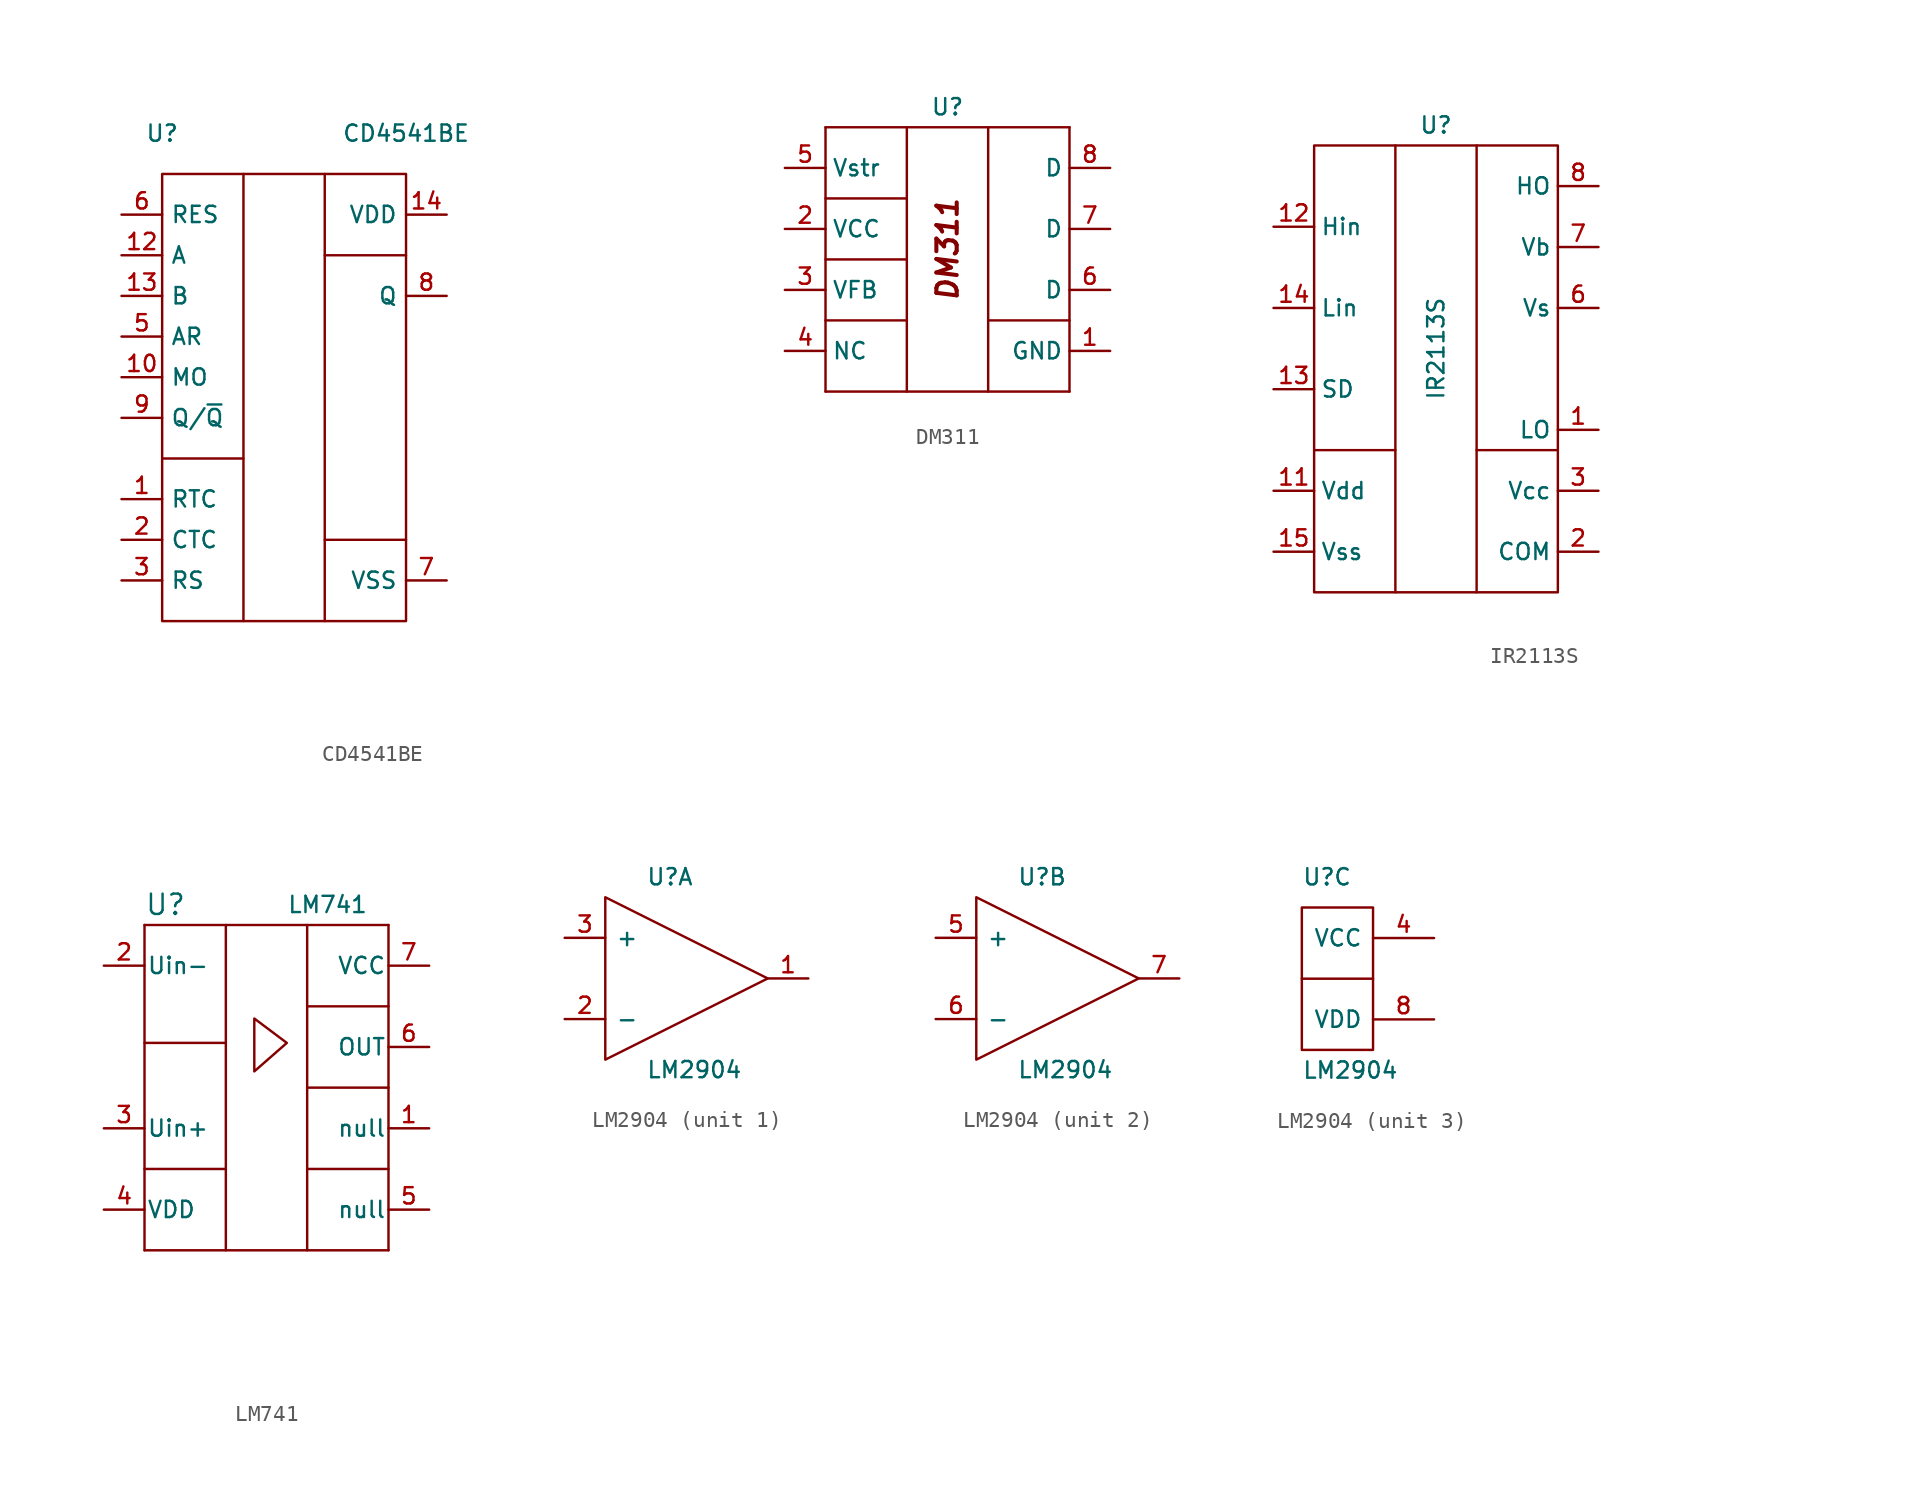
<source format=kicad_sym>
(kicad_symbol_lib
  (version 20220914)
  (generator kicad_symbol_editor)
  (symbol "CD4541BE"
    (property "Reference" "U"
      (at -7.62 15.24 0)
      (effects (font (size 1.016 1.016))))
    (property "Value" "CD4541BE"
      (at 7.62 15.24 0)
      (effects (font (size 1.016 1.016))))
    (symbol "CD4541BE_0_1"
      (polyline (pts (xy -7.62 -5.08) (xy -2.54 -5.08)) (stroke (width 0) (type default)) (fill (type none)))
      (polyline (pts (xy -2.54 12.7) (xy -2.54 -15.24)) (stroke (width 0) (type default)) (fill (type none)))
      (polyline (pts (xy 2.54 -10.16) (xy 7.62 -10.16)) (stroke (width 0) (type default)) (fill (type none)))
      (polyline (pts (xy 2.54 7.62) (xy 7.62 7.62)) (stroke (width 0) (type default)) (fill (type none)))
      (polyline (pts (xy 2.54 12.7) (xy 2.54 -15.24)) (stroke (width 0) (type default)) (fill (type none))))
    (symbol "CD4541BE_1_0"
      (pin input line (at -10.16 -7.62 0) (length 2.54) (name "RTC" (effects (font (size 1.016 1.016)))) (number "1" (effects (font (size 1.016 1.016)))))
      (pin input line (at -10.16 0 0) (length 2.54) (name "MO" (effects (font (size 1.016 1.016)))) (number "10" (effects (font (size 1.016 1.016)))))
      (pin no_connect line (at 21.59 -19.05 180) (length 2.54) hide (name "NC" (effects (font (size 1.016 1.016)))) (number "11" (effects (font (size 1.016 1.016)))))
      (pin input line (at -10.16 7.62 0) (length 2.54) (name "A" (effects (font (size 1.016 1.016)))) (number "12" (effects (font (size 1.016 1.016)))))
      (pin input line (at -10.16 5.08 0) (length 2.54) (name "B" (effects (font (size 1.016 1.016)))) (number "13" (effects (font (size 1.016 1.016)))))
      (pin power_in line (at 10.16 10.16 180) (length 2.54) (name "VDD" (effects (font (size 1.016 1.016)))) (number "14" (effects (font (size 1.016 1.016)))))
      (pin input line (at -10.16 -10.16 0) (length 2.54) (name "CTC" (effects (font (size 1.016 1.016)))) (number "2" (effects (font (size 1.016 1.016)))))
      (pin input line (at -10.16 -12.7 0) (length 2.54) (name "RS" (effects (font (size 1.016 1.016)))) (number "3" (effects (font (size 1.016 1.016)))))
      (pin no_connect line (at 21.59 -16.51 180) (length 2.54) hide (name "NC" (effects (font (size 1.016 1.016)))) (number "4" (effects (font (size 1.016 1.016)))))
      (pin input line (at -10.16 2.54 0) (length 2.54) (name "AR" (effects (font (size 1.016 1.016)))) (number "5" (effects (font (size 1.016 1.016)))))
      (pin input line (at -10.16 10.16 0) (length 2.54) (name "RES" (effects (font (size 1.016 1.016)))) (number "6" (effects (font (size 1.016 1.016)))))
      (pin power_in line (at 10.16 -12.7 180) (length 2.54) (name "VSS" (effects (font (size 1.016 1.016)))) (number "7" (effects (font (size 1.016 1.016)))))
      (pin output line (at 10.16 5.08 180) (length 2.54) (name "Q" (effects (font (size 1.016 1.016)))) (number "8" (effects (font (size 1.016 1.016)))))
      (pin input line (at -10.16 -2.54 0) (length 2.54) (name "Q/~{Q}" (effects (font (size 1.016 1.016)))) (number "9" (effects (font (size 1.016 1.016))))))
    (symbol "CD4541BE_1_1"
      (rectangle (start -7.62 12.7) (end 7.62 -15.24) (stroke (width 0) (type default)) (fill (type none)))))
  (symbol "DM311"
    (pin_names
      (offset 0.381))
    (property "Reference" "U"
      (at 0 8.89 0)
      (effects (font (size 1.016 1.016))))
    (symbol "DM311_1_1"
      (polyline (pts (xy -7.62 -8.89) (xy 7.62 -8.89)) (stroke (width 0) (type default)) (fill (type none)))
      (polyline (pts (xy -7.62 -4.445) (xy -2.54 -4.445)) (stroke (width 0) (type default)) (fill (type none)))
      (polyline (pts (xy -7.62 -0.635) (xy -2.54 -0.635)) (stroke (width 0) (type default)) (fill (type none)))
      (polyline (pts (xy -7.62 3.175) (xy -2.54 3.175)) (stroke (width 0) (type default)) (fill (type none)))
      (polyline (pts (xy -7.62 7.62) (xy -7.62 -8.89)) (stroke (width 0) (type default)) (fill (type none)))
      (polyline (pts (xy -7.62 7.62) (xy 7.62 7.62)) (stroke (width 0) (type default)) (fill (type none)))
      (polyline (pts (xy -2.54 7.62) (xy -2.54 -8.89)) (stroke (width 0) (type default)) (fill (type none)))
      (polyline (pts (xy 2.54 -4.445) (xy 7.62 -4.445)) (stroke (width 0) (type default)) (fill (type none)))
      (polyline (pts (xy 2.54 7.62) (xy 2.54 -8.89)) (stroke (width 0) (type default)) (fill (type none)))
      (polyline (pts (xy 7.62 7.62) (xy 7.62 -8.89)) (stroke (width 0) (type default)) (fill (type none)))
      (text "DM311" (at 0 0 900) (effects (font (size 1.27 1.27) bold italic)))
      (pin power_in line (at 10.16 -6.35 180) (length 2.54) (name "GND" (effects (font (size 1.016 1.016)))) (number "1" (effects (font (size 1.016 1.016)))))
      (pin power_in line (at -10.16 1.27 0) (length 2.54) (name "VCC" (effects (font (size 1.016 1.016)))) (number "2" (effects (font (size 1.016 1.016)))))
      (pin input line (at -10.16 -2.54 0) (length 2.54) (name "VFB" (effects (font (size 1.016 1.016)))) (number "3" (effects (font (size 1.016 1.016)))))
      (pin free line (at -10.16 -6.35 0) (length 2.54) (name "NC" (effects (font (size 1.016 1.016)))) (number "4" (effects (font (size 1.016 1.016)))))
      (pin input line (at -10.16 5.08 0) (length 2.54) (name "Vstr" (effects (font (size 1.016 1.016)))) (number "5" (effects (font (size 1.016 1.016)))))
      (pin input line (at 10.16 -2.54 180) (length 2.54) (name "D" (effects (font (size 1.016 1.016)))) (number "6" (effects (font (size 1.016 1.016)))))
      (pin input line (at 10.16 1.27 180) (length 2.54) (name "D" (effects (font (size 1.016 1.016)))) (number "7" (effects (font (size 1.016 1.016)))))
      (pin input line (at 10.16 5.08 180) (length 2.54) (name "D" (effects (font (size 1.016 1.016)))) (number "8" (effects (font (size 1.016 1.016)))))))
  (symbol "IR2113S"
    (pin_names
      (offset 0.381))
    (property "Reference" "U"
      (at 0 13.97 0)
      (effects (font (size 1.016 1.016))))
    (property "Value" "IR2113S"
      (at 0 0 90)
      (effects (font (size 1.016 1.016))))
    (symbol "IR2113S_0_1"
      (polyline (pts (xy -7.62 -6.35) (xy -2.54 -6.35)) (stroke (width 0) (type default)) (fill (type none)))
      (polyline (pts (xy -2.54 12.7) (xy -2.54 -15.24)) (stroke (width 0) (type default)) (fill (type none)))
      (polyline (pts (xy 2.54 -6.35) (xy 7.62 -6.35)) (stroke (width 0) (type default)) (fill (type none)))
      (polyline (pts (xy 2.54 12.7) (xy 2.54 -15.24)) (stroke (width 0) (type default)) (fill (type none))))
    (symbol "IR2113S_1_1"
      (rectangle (start -7.62 12.7) (end 7.62 -15.24) (stroke (width 0) (type default)) (fill (type none)))
      (pin input line (at 10.16 -5.08 180) (length 2.54) (name "LO" (effects (font (size 1.016 1.016)))) (number "1" (effects (font (size 1.016 1.016)))))
      (pin input line (at 20.32 -2.54 0) (length 2.54) hide (name "NC" (effects (font (size 1.016 1.016)))) (number "10" (effects (font (size 1.016 1.016)))))
      (pin input line (at -10.16 -8.89 0) (length 2.54) (name "Vdd" (effects (font (size 1.016 1.016)))) (number "11" (effects (font (size 1.016 1.016)))))
      (pin input line (at -10.16 7.62 0) (length 2.54) (name "Hin" (effects (font (size 1.016 1.016)))) (number "12" (effects (font (size 1.016 1.016)))))
      (pin input line (at -10.16 -2.54 0) (length 2.54) (name "SD" (effects (font (size 1.016 1.016)))) (number "13" (effects (font (size 1.016 1.016)))))
      (pin input line (at -10.16 2.54 0) (length 2.54) (name "Lin" (effects (font (size 1.016 1.016)))) (number "14" (effects (font (size 1.016 1.016)))))
      (pin input line (at -10.16 -12.7 0) (length 2.54) (name "Vss" (effects (font (size 1.016 1.016)))) (number "15" (effects (font (size 1.016 1.016)))))
      (pin input line (at 20.32 -5.08 0) (length 2.54) hide (name "NC" (effects (font (size 1.016 1.016)))) (number "16" (effects (font (size 1.016 1.016)))))
      (pin input line (at 10.16 -12.7 180) (length 2.54) (name "COM" (effects (font (size 1.016 1.016)))) (number "2" (effects (font (size 1.016 1.016)))))
      (pin input line (at 10.16 -8.89 180) (length 2.54) (name "Vcc" (effects (font (size 1.016 1.016)))) (number "3" (effects (font (size 1.016 1.016)))))
      (pin input line (at 20.32 3.175 0) (length 2.54) hide (name "NC" (effects (font (size 1.016 1.016)))) (number "4" (effects (font (size 1.016 1.016)))))
      (pin input line (at 20.32 1.27 0) (length 2.54) hide (name "NC" (effects (font (size 1.016 1.016)))) (number "5" (effects (font (size 1.016 1.016)))))
      (pin input line (at 10.16 2.54 180) (length 2.54) (name "Vs" (effects (font (size 1.016 1.016)))) (number "6" (effects (font (size 1.016 1.016)))))
      (pin input line (at 10.16 6.35 180) (length 2.54) (name "Vb" (effects (font (size 1.016 1.016)))) (number "7" (effects (font (size 1.016 1.016)))))
      (pin input line (at 10.16 10.16 180) (length 2.54) (name "HO" (effects (font (size 1.016 1.016)))) (number "8" (effects (font (size 1.016 1.016)))))
      (pin input line (at 20.32 -0.635 0) (length 2.54) hide (name "NC" (effects (font (size 1.016 1.016)))) (number "9" (effects (font (size 1.016 1.016)))))))
  (symbol "LM741"
    (pin_names
      (offset 0.127))
    (property "Reference" "U"
      (at -7.62 11.43 0)
      (effects (font (size 1.27 1.27)) (justify left)))
    (property "Value" "LM741"
      (at 1.27 11.43 0)
      (effects (font (size 1.016 1.016)) (justify left)))
    (symbol "LM741_0_1"
      (polyline (pts (xy -7.62 -5.08) (xy -2.54 -5.08)) (stroke (width 0) (type default)) (fill (type none)))
      (polyline (pts (xy -7.62 2.794) (xy -2.54 2.794)) (stroke (width 0) (type default)) (fill (type none)))
      (polyline (pts (xy 2.54 -5.08) (xy 7.62 -5.08)) (stroke (width 0) (type default)) (fill (type none)))
      (polyline (pts (xy 2.54 0) (xy 7.62 0)) (stroke (width 0) (type default)) (fill (type none)))
      (polyline (pts (xy 2.54 5.08) (xy 7.62 5.08)) (stroke (width 0) (type default)) (fill (type none)))
      (polyline (pts (xy -0.762 4.318) (xy -0.762 1.016) (xy 1.27 2.794) (xy -0.762 4.318)) (stroke (width 0) (type default)) (fill (type none))))
    (symbol "LM741_1_1"
      (polyline (pts (xy -7.62 -10.16) (xy 7.62 -10.16)) (stroke (width 0) (type default)) (fill (type none)))
      (polyline (pts (xy -7.62 10.16) (xy -7.62 -10.16)) (stroke (width 0) (type default)) (fill (type none)))
      (polyline (pts (xy -7.62 10.16) (xy 7.62 10.16)) (stroke (width 0) (type default)) (fill (type none)))
      (polyline (pts (xy -2.54 10.16) (xy -2.54 -10.16)) (stroke (width 0) (type default)) (fill (type none)))
      (polyline (pts (xy 2.54 10.16) (xy 2.54 -10.16)) (stroke (width 0) (type default)) (fill (type none)))
      (polyline (pts (xy 7.62 10.16) (xy 7.62 -10.16)) (stroke (width 0) (type default)) (fill (type none)))
      (pin input line (at 10.16 -2.54 180) (length 2.54) (name "null" (effects (font (size 1.016 1.016)))) (number "1" (effects (font (size 1.016 1.016)))))
      (pin input line (at -10.16 7.62 0) (length 2.54) (name "Uin-" (effects (font (size 1.016 1.016)))) (number "2" (effects (font (size 1.016 1.016)))))
      (pin input line (at -10.16 -2.54 0) (length 2.54) (name "Uin+" (effects (font (size 1.016 1.016)))) (number "3" (effects (font (size 1.016 1.016)))))
      (pin power_in line (at -10.16 -7.62 0) (length 2.54) (name "VDD" (effects (font (size 1.016 1.016)))) (number "4" (effects (font (size 1.016 1.016)))) (alternate "ADC_IN9" bidirectional line) (alternate "TIM14_CH1" bidirectional line) (alternate "TIM1_CH3N" bidirectional line) (alternate "TIM3_CH4" bidirectional line))
      (pin input line (at 10.16 -7.62 180) (length 2.54) (name "null" (effects (font (size 1.016 1.016)))) (number "5" (effects (font (size 1.016 1.016)))))
      (pin output line (at 10.16 2.54 180) (length 2.54) (name "OUT" (effects (font (size 1.016 1.016)))) (number "6" (effects (font (size 1.016 1.016)))))
      (pin power_in line (at 10.16 7.62 180) (length 2.54) (name "VCC" (effects (font (size 1.016 1.016)))) (number "7" (effects (font (size 1.016 1.016)))))
      (pin no_connect line (at -1.27 -16.51 180) (length 2.54) hide (name "NC" (effects (font (size 1.016 1.016)))) (number "8" (effects (font (size 1.016 1.016)))))))
  (symbol "LM2904"
    (pin_names
      (offset 0.635))
    (property "Reference" "U"
      (at -2.54 6.35 0)
      (effects (font (size 1.016 1.016)) (justify left)))
    (property "Value" "LM2904"
      (at -2.54 -5.715 0)
      (effects (font (size 1.016 1.016)) (justify left)))
    (property "ki_locked" ""
      (at 0 0 0)
      (effects (font (size 1.27 1.27))))
    (symbol "LM2904_1_1"
      (polyline (pts (xy -5.08 5.08) (xy 5.08 0) (xy -5.08 -5.08) (xy -5.08 5.08)) (stroke (width 0) (type default)) (fill (type none)))
      (pin output line (at 7.62 0 180) (length 2.54) (name "~" (effects (font (size 1.016 1.016)))) (number "1" (effects (font (size 1.016 1.016)))))
      (pin input line (at -7.62 -2.54 0) (length 2.54) (name "-" (effects (font (size 1.016 1.016)))) (number "2" (effects (font (size 1.016 1.016)))))
      (pin input line (at -7.62 2.54 0) (length 2.54) (name "+" (effects (font (size 1.016 1.016)))) (number "3" (effects (font (size 1.016 1.016))))))
    (symbol "LM2904_2_1"
      (polyline (pts (xy -5.08 5.08) (xy 5.08 0) (xy -5.08 -5.08) (xy -5.08 5.08)) (stroke (width 0) (type default)) (fill (type none)))
      (pin input line (at -7.62 2.54 0) (length 2.54) (name "+" (effects (font (size 1.016 1.016)))) (number "5" (effects (font (size 1.016 1.016)))))
      (pin input line (at -7.62 -2.54 0) (length 2.54) (name "-" (effects (font (size 1.016 1.016)))) (number "6" (effects (font (size 1.016 1.016)))))
      (pin output line (at 7.62 0 180) (length 2.54) (name "~" (effects (font (size 1.016 1.016)))) (number "7" (effects (font (size 1.016 1.016))))))
    (symbol "LM2904_3_1"
      (rectangle (start -2.54 4.445) (end 1.905 -4.445) (stroke (width 0) (type default)) (fill (type none)))
      (polyline (pts (xy 1.905 0) (xy -2.54 0)) (stroke (width 0) (type default)) (fill (type none)))
      (pin power_in line (at 5.715 2.54 180) (length 3.81) (name "VCC" (effects (font (size 1.016 1.016)))) (number "4" (effects (font (size 1.016 1.016)))))
      (pin power_in line (at 5.715 -2.54 180) (length 3.81) (name "VDD" (effects (font (size 1.016 1.016)))) (number "8" (effects (font (size 1.016 1.016))))))))
</source>
